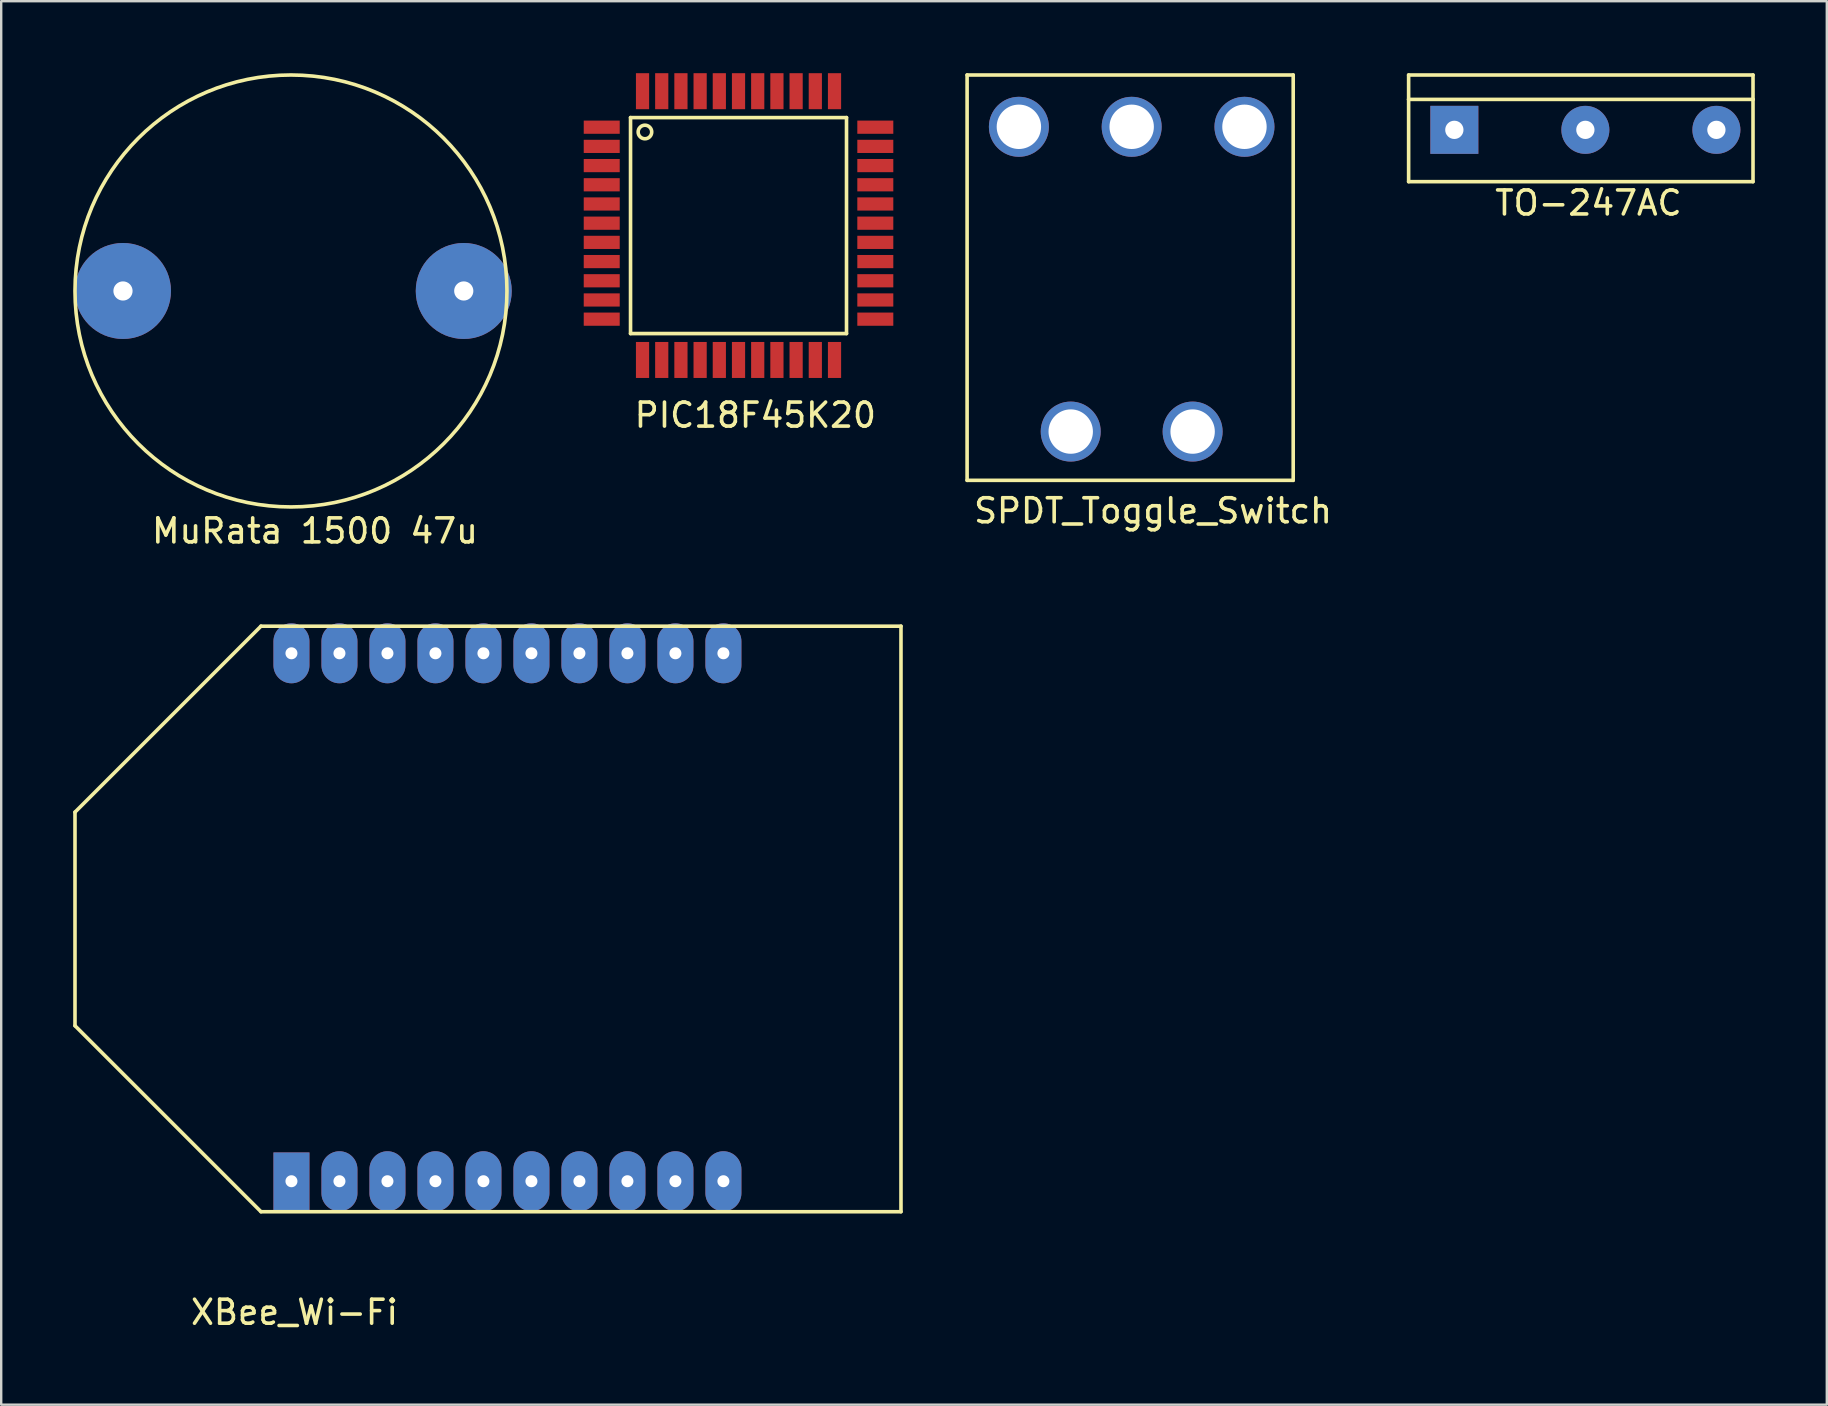
<source format=kicad_pcb>
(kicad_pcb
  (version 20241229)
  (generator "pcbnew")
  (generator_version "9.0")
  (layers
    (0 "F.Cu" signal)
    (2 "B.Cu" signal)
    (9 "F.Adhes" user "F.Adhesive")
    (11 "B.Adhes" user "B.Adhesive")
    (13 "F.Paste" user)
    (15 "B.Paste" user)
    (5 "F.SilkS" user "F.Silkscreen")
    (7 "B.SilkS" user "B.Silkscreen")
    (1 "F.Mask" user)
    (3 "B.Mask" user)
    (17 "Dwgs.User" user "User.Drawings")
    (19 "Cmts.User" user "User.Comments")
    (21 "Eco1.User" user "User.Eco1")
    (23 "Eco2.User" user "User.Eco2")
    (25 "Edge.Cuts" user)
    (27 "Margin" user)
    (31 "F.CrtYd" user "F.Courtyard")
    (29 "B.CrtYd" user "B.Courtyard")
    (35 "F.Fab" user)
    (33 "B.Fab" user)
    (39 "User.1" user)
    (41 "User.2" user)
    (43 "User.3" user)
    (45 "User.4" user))
  (footprint "SPDT_Toggle_Switch"
    (layer "F.Cu")
    (at 39.408 2.234)
    (property "Reference" "SPDT_Toggle_Switch" (at 5.589 16.002 0) (layer "F.SilkS") (effects (font (size 1 1) (thickness 0.15))))
    (attr through_hole)
    (fp_line (start -2.158 -2.159) (end 11.431 -2.159) (stroke (width 0.15) (type solid)) (layer "F.SilkS"))
    (fp_line (start -2.158 14.732) (end -2.158 -2.159) (stroke (width 0.15) (type solid)) (layer "F.SilkS"))
    (fp_line (start 11.431 -2.159) (end 11.431 14.732) (stroke (width 0.15) (type solid)) (layer "F.SilkS"))
    (fp_line (start 11.431 14.732) (end -2.158 14.732) (stroke (width 0.15) (type solid)) (layer "F.SilkS"))
    (pad "1" thru_hole circle (at 0 0) (size 2.5 2.5) (drill 1.85) (layers "*.Cu" "*.Mask"))
    (pad "2" thru_hole circle (at 4.7 0) (size 2.5 2.5) (drill 1.85) (layers "*.Cu" "*.Mask"))
    (pad "3" thru_hole circle (at 9.4 0) (size 2.5 2.5) (drill 1.85) (layers "*.Cu" "*.Mask"))
    (pad "4" thru_hole circle (at 2.16 12.7) (size 2.5 2.5) (drill 1.85) (layers "*.Cu" "*.Mask"))
    (pad "5" thru_hole circle (at 7.24 12.7) (size 2.5 2.5) (drill 1.85) (layers "*.Cu" "*.Mask")))
  (footprint "MuRata 1500 47u"
    (layer "F.Cu")
    (at 2.075 9.075)
    (property "Reference" "MuRata 1500 47u" (at 8 10 0) (layer "F.SilkS") (effects (font (size 1 1) (thickness 0.15))))
    (attr through_hole)
    (fp_circle (center 7 0) (end 16 0) (stroke (width 0.15) (type solid)) (fill no) (layer "F.SilkS"))
    (pad "1" thru_hole circle (at 0 0) (size 4 4) (drill 0.8) (layers "*.Cu" "*.Mask"))
    (pad "2" thru_hole circle (at 14.2 0) (size 4 4) (drill 0.8) (layers "*.Cu" "*.Mask")))
  (footprint "TO-247AC"
    (layer "F.Cu")
    (at 57.554 2.361)
    (property "Reference" "TO-247AC" (at 5.588 3.048 0) (layer "F.SilkS") (effects (font (size 1 1) (thickness 0.15))))
    (attr through_hole)
    (fp_line (start -1.905 -2.286) (end 12.446 -2.286) (stroke (width 0.15) (type solid)) (layer "F.SilkS"))
    (fp_line (start -1.905 -1.27) (end -1.905 -2.286) (stroke (width 0.15) (type solid)) (layer "F.SilkS"))
    (fp_line (start -1.905 -1.27) (end -1.905 2.159) (stroke (width 0.15) (type solid)) (layer "F.SilkS"))
    (fp_line (start -1.905 2.159) (end 12.446 2.159) (stroke (width 0.15) (type solid)) (layer "F.SilkS"))
    (fp_line (start 12.446 -2.286) (end 12.446 -1.27) (stroke (width 0.15) (type solid)) (layer "F.SilkS"))
    (fp_line (start 12.446 -1.27) (end -1.905 -1.27) (stroke (width 0.15) (type solid)) (layer "F.SilkS"))
    (fp_line (start 12.446 2.159) (end 12.446 -1.27) (stroke (width 0.15) (type solid)) (layer "F.SilkS"))
    (pad "1" thru_hole rect (at 0 0) (size 2 2) (drill 0.762) (layers "*.Cu" "*.Mask"))
    (pad "2" thru_hole circle (at 5.46 0) (size 2 2) (drill 0.762) (layers "*.Cu" "*.Mask"))
    (pad "3" thru_hole circle (at 10.92 0) (size 2 2) (drill 0.762) (layers "*.Cu" "*.Mask")))
  (footprint "XBee_Wi-Fi"
    (layer "F.Cu")
    (at 9.095 46.173)
    (property "Reference" "XBee_Wi-Fi" (at 0.127 5.461 0) (layer "F.SilkS") (effects (font (size 1 1) (thickness 0.15))))
    (attr through_hole)
    (fp_line (start -9.02 -6.48) (end -9.02 -15.38) (stroke (width 0.15) (type solid)) (layer "F.SilkS"))
    (fp_line (start -1.27 -23.13) (end -9.02 -15.38) (stroke (width 0.15) (type solid)) (layer "F.SilkS"))
    (fp_line (start -1.27 1.27) (end -9.02 -6.48) (stroke (width 0.15) (type solid)) (layer "F.SilkS"))
    (fp_line (start -1.27 1.27) (end 25.4 1.27) (stroke (width 0.15) (type solid)) (layer "F.SilkS"))
    (fp_line (start 25.4 -23.13) (end -1.27 -23.13) (stroke (width 0.15) (type solid)) (layer "F.SilkS"))
    (fp_line (start 25.4 1.27) (end 25.4 -23.13) (stroke (width 0.15) (type solid)) (layer "F.SilkS"))
    (pad "1" thru_hole rect (at 0 0) (size 1.5 2.4) (drill 0.5) (layers "*.Cu" "*.Mask"))
    (pad "2" thru_hole oval (at 2 0) (size 1.5 2.5) (drill 0.5) (layers "*.Cu" "*.Mask"))
    (pad "3" thru_hole oval (at 4 0) (size 1.5 2.5) (drill 0.5) (layers "*.Cu" "*.Mask"))
    (pad "4" thru_hole oval (at 6 0) (size 1.5 2.5) (drill 0.5) (layers "*.Cu" "*.Mask"))
    (pad "5" thru_hole oval (at 8 0) (size 1.5 2.5) (drill 0.5) (layers "*.Cu" "*.Mask"))
    (pad "6" thru_hole oval (at 10 0) (size 1.5 2.5) (drill 0.5) (layers "*.Cu" "*.Mask"))
    (pad "7" thru_hole oval (at 12 0) (size 1.5 2.5) (drill 0.5) (layers "*.Cu" "*.Mask"))
    (pad "8" thru_hole oval (at 14 0) (size 1.5 2.5) (drill 0.5) (layers "*.Cu" "*.Mask"))
    (pad "9" thru_hole oval (at 16 0) (size 1.5 2.5) (drill 0.5) (layers "*.Cu" "*.Mask"))
    (pad "10" thru_hole oval (at 18 0) (size 1.5 2.5) (drill 0.5) (layers "*.Cu" "*.Mask"))
    (pad "11" thru_hole oval (at 18 -22) (size 1.5 2.5) (drill 0.5) (layers "*.Cu" "*.Mask"))
    (pad "12" thru_hole oval (at 16 -22) (size 1.5 2.5) (drill 0.5) (layers "*.Cu" "*.Mask"))
    (pad "13" thru_hole oval (at 14 -22) (size 1.5 2.5) (drill 0.5) (layers "*.Cu" "*.Mask"))
    (pad "14" thru_hole oval (at 12 -22) (size 1.5 2.5) (drill 0.5) (layers "*.Cu" "*.Mask"))
    (pad "15" thru_hole oval (at 10 -22) (size 1.5 2.5) (drill 0.5) (layers "*.Cu" "*.Mask"))
    (pad "16" thru_hole oval (at 8 -22) (size 1.5 2.5) (drill 0.5) (layers "*.Cu" "*.Mask"))
    (pad "17" thru_hole oval (at 6 -22) (size 1.5 2.5) (drill 0.5) (layers "*.Cu" "*.Mask"))
    (pad "18" thru_hole oval (at 4 -22) (size 1.5 2.5) (drill 0.5) (layers "*.Cu" "*.Mask"))
    (pad "19" thru_hole oval (at 2 -22) (size 1.5 2.5) (drill 0.5) (layers "*.Cu" "*.Mask"))
    (pad "20" thru_hole oval (at 0 -22) (size 1.5 2.5) (drill 0.5) (layers "*.Cu" "*.Mask")))
  (footprint "PIC18F45K20"
    (layer "F.Cu")
    (at 22.025 10.25)
    (property "Reference" "PIC18F45K20" (at 6.4 4 0) (layer "F.SilkS") (effects (font (size 1 1) (thickness 0.15))))
    (attr through_hole)
    (fp_line (start 1.2 -8.4) (end 10.2 -8.4) (stroke (width 0.15) (type solid)) (layer "F.SilkS"))
    (fp_line (start 1.2 0.6) (end 1.2 -8.4) (stroke (width 0.15) (type solid)) (layer "F.SilkS"))
    (fp_line (start 10.2 -8.4) (end 10.2 0.6) (stroke (width 0.15) (type solid)) (layer "F.SilkS"))
    (fp_line (start 10.2 0.6) (end 1.2 0.6) (stroke (width 0.15) (type solid)) (layer "F.SilkS"))
    (fp_circle (center 1.8 -7.8) (end 2 -7.6) (stroke (width 0.15) (type solid)) (fill no) (layer "F.SilkS"))
    (pad "1" smd rect (at 0 -8) (size 1.5 0.55) (layers "F.Cu" "F.Mask" "F.Paste"))
    (pad "2" smd rect (at 0 -7.2) (size 1.5 0.55) (layers "F.Cu" "F.Mask" "F.Paste"))
    (pad "3" smd rect (at 0 -6.4) (size 1.5 0.55) (layers "F.Cu" "F.Mask" "F.Paste"))
    (pad "4" smd rect (at 0 -5.6) (size 1.5 0.55) (layers "F.Cu" "F.Mask" "F.Paste"))
    (pad "5" smd rect (at 0 -4.8) (size 1.5 0.55) (layers "F.Cu" "F.Mask" "F.Paste"))
    (pad "6" smd rect (at 0 -4) (size 1.5 0.55) (layers "F.Cu" "F.Mask" "F.Paste"))
    (pad "7" smd rect (at 0 -3.2) (size 1.5 0.55) (layers "F.Cu" "F.Mask" "F.Paste"))
    (pad "8" smd rect (at 0 -2.4) (size 1.5 0.55) (layers "F.Cu" "F.Mask" "F.Paste"))
    (pad "9" smd rect (at 0 -1.6) (size 1.5 0.55) (layers "F.Cu" "F.Mask" "F.Paste"))
    (pad "10" smd rect (at 0 -0.8) (size 1.5 0.55) (layers "F.Cu" "F.Mask" "F.Paste"))
    (pad "11" smd rect (at 0 0) (size 1.5 0.55) (layers "F.Cu" "F.Mask" "F.Paste"))
    (pad "12" smd rect (at 1.7 1.7) (size 0.55 1.5) (layers "F.Cu" "F.Mask" "F.Paste"))
    (pad "13" smd rect (at 2.5 1.7) (size 0.55 1.5) (layers "F.Cu" "F.Mask" "F.Paste"))
    (pad "14" smd rect (at 3.3 1.7) (size 0.55 1.5) (layers "F.Cu" "F.Mask" "F.Paste"))
    (pad "15" smd rect (at 4.1 1.7) (size 0.55 1.5) (layers "F.Cu" "F.Mask" "F.Paste"))
    (pad "16" smd rect (at 4.9 1.7) (size 0.55 1.5) (layers "F.Cu" "F.Mask" "F.Paste"))
    (pad "17" smd rect (at 5.7 1.7) (size 0.55 1.5) (layers "F.Cu" "F.Mask" "F.Paste"))
    (pad "18" smd rect (at 6.5 1.7) (size 0.55 1.5) (layers "F.Cu" "F.Mask" "F.Paste"))
    (pad "19" smd rect (at 7.3 1.7) (size 0.55 1.5) (layers "F.Cu" "F.Mask" "F.Paste"))
    (pad "20" smd rect (at 8.1 1.7) (size 0.55 1.5) (layers "F.Cu" "F.Mask" "F.Paste"))
    (pad "21" smd rect (at 8.9 1.7) (size 0.55 1.5) (layers "F.Cu" "F.Mask" "F.Paste"))
    (pad "22" smd rect (at 9.7 1.7) (size 0.55 1.5) (layers "F.Cu" "F.Mask" "F.Paste"))
    (pad "23" smd rect (at 11.4 0) (size 1.5 0.55) (layers "F.Cu" "F.Mask" "F.Paste"))
    (pad "24" smd rect (at 11.4 -0.8) (size 1.5 0.55) (layers "F.Cu" "F.Mask" "F.Paste"))
    (pad "25" smd rect (at 11.4 -1.6) (size 1.5 0.55) (layers "F.Cu" "F.Mask" "F.Paste"))
    (pad "26" smd rect (at 11.4 -2.4) (size 1.5 0.55) (layers "F.Cu" "F.Mask" "F.Paste"))
    (pad "27" smd rect (at 11.4 -3.2) (size 1.5 0.55) (layers "F.Cu" "F.Mask" "F.Paste"))
    (pad "28" smd rect (at 11.4 -4) (size 1.5 0.55) (layers "F.Cu" "F.Mask" "F.Paste"))
    (pad "29" smd rect (at 11.4 -4.8) (size 1.5 0.55) (layers "F.Cu" "F.Mask" "F.Paste"))
    (pad "30" smd rect (at 11.4 -5.6) (size 1.5 0.55) (layers "F.Cu" "F.Mask" "F.Paste"))
    (pad "31" smd rect (at 11.4 -6.4) (size 1.5 0.55) (layers "F.Cu" "F.Mask" "F.Paste"))
    (pad "32" smd rect (at 11.4 -7.2) (size 1.5 0.55) (layers "F.Cu" "F.Mask" "F.Paste"))
    (pad "33" smd rect (at 11.4 -8) (size 1.5 0.55) (layers "F.Cu" "F.Mask" "F.Paste"))
    (pad "34" smd rect (at 9.7 -9.5) (size 0.55 1.5) (layers "F.Cu" "F.Mask" "F.Paste"))
    (pad "35" smd rect (at 8.9 -9.5) (size 0.55 1.5) (layers "F.Cu" "F.Mask" "F.Paste"))
    (pad "36" smd rect (at 8.1 -9.5) (size 0.55 1.5) (layers "F.Cu" "F.Mask" "F.Paste"))
    (pad "37" smd rect (at 7.3 -9.5) (size 0.55 1.5) (layers "F.Cu" "F.Mask" "F.Paste"))
    (pad "38" smd rect (at 6.5 -9.5) (size 0.55 1.5) (layers "F.Cu" "F.Mask" "F.Paste"))
    (pad "39" smd rect (at 5.7 -9.5) (size 0.55 1.5) (layers "F.Cu" "F.Mask" "F.Paste"))
    (pad "40" smd rect (at 4.9 -9.5) (size 0.55 1.5) (layers "F.Cu" "F.Mask" "F.Paste"))
    (pad "41" smd rect (at 4.1 -9.5) (size 0.55 1.5) (layers "F.Cu" "F.Mask" "F.Paste"))
    (pad "42" smd rect (at 3.3 -9.5) (size 0.55 1.5) (layers "F.Cu" "F.Mask" "F.Paste"))
    (pad "43" smd rect (at 2.5 -9.5) (size 0.55 1.5) (layers "F.Cu" "F.Mask" "F.Paste"))
    (pad "44" smd rect (at 1.7 -9.5) (size 0.55 1.5) (layers "F.Cu" "F.Mask" "F.Paste")))
  (gr_rect
    (start -3 -3)
    (end 73.075 55.483)
    (stroke (width 0.1) (type default))
    (fill no)
    (layer "Edge.Cuts")))
</source>
